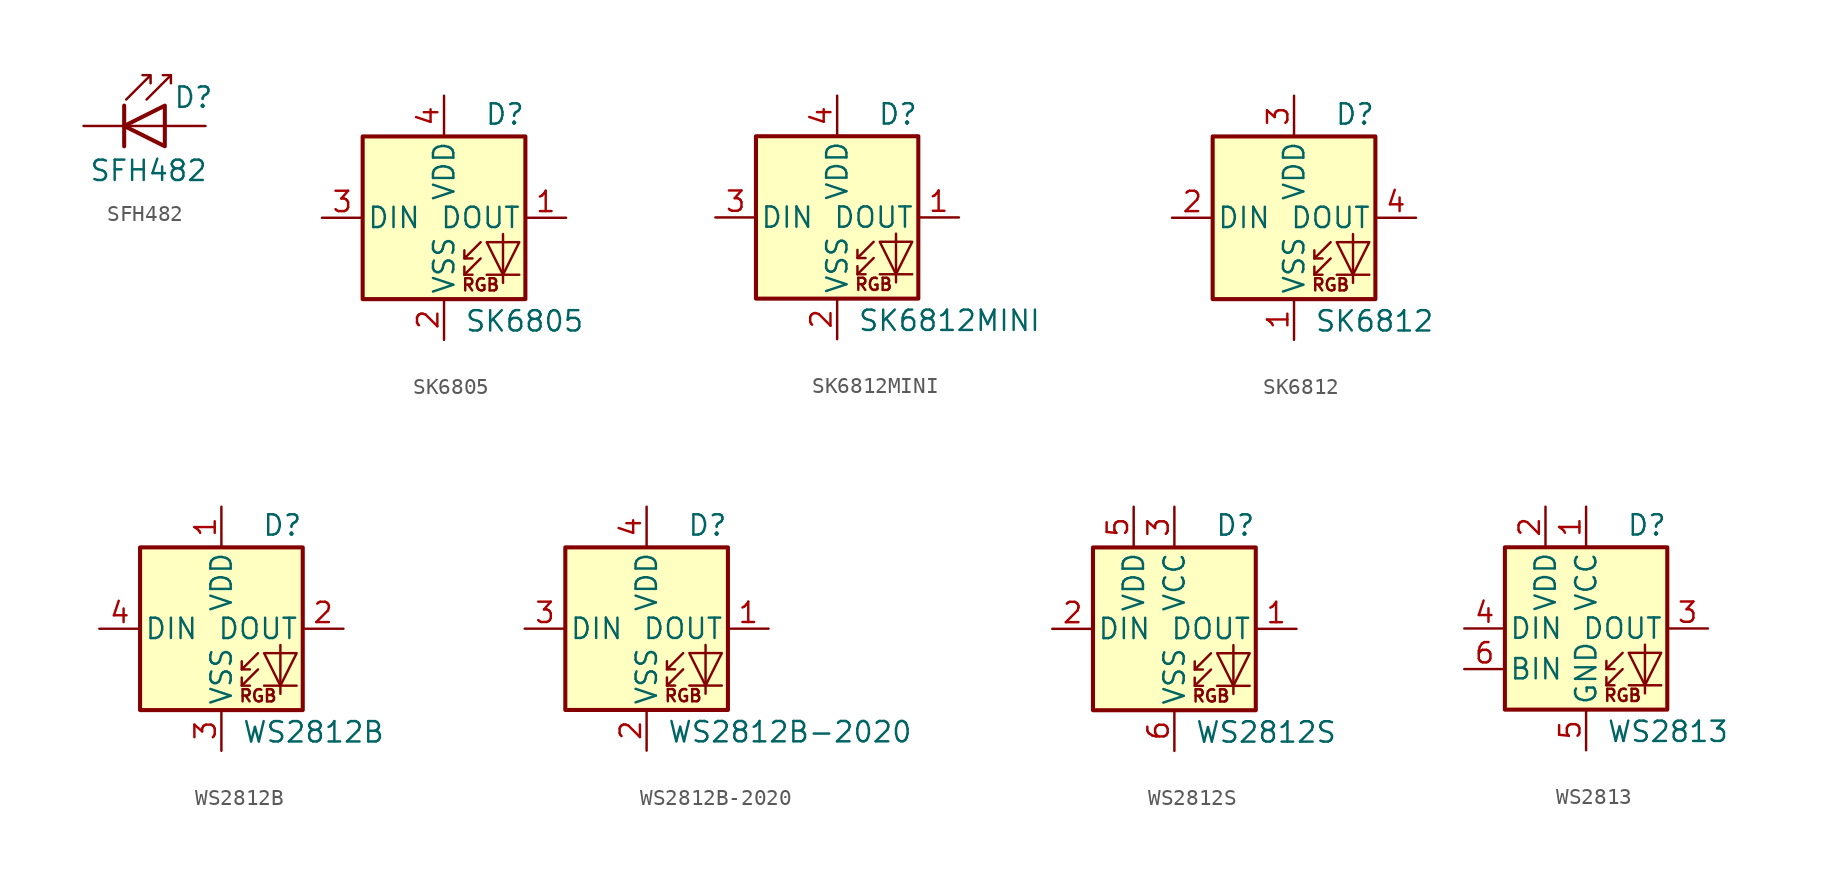
<source format=kicad_sym>
(kicad_symbol_lib
  (version 20231120)
  (generator "kicad_symbol_editor")
  (generator_version "8.0")
  (symbol "SFH482"
    (pin_numbers hide)
    (pin_names
      (offset 1.016) hide)
    (property "Reference" "D"
      (at 0.508 1.778 0)
      (effects (font (size 1.27 1.27)) (justify left)))
    (property "Value" "SFH482"
      (at -1.016 -2.794 0)
      (effects (font (size 1.27 1.27))))
    (symbol "SFH482_0_1"
      (polyline (pts (xy -2.54 1.27) (xy -2.54 -1.27)) (stroke (width 0.254) (type default)) (fill (type none)))
      (polyline (pts (xy 0 0) (xy -2.54 0)) (stroke (width 0) (type default)) (fill (type none)))
      (polyline (pts (xy 0.381 3.175) (xy -0.127 3.175)) (stroke (width 0) (type default)) (fill (type none)))
      (polyline (pts (xy -1.143 1.651) (xy 0.381 3.175) (xy 0.381 2.667)) (stroke (width 0) (type default)) (fill (type none)))
      (polyline (pts (xy 0 1.27) (xy 0 -1.27) (xy -2.54 0) (xy 0 1.27)) (stroke (width 0.254) (type default)) (fill (type none)))
      (polyline (pts (xy -2.413 1.651) (xy -0.889 3.175) (xy -0.889 2.667) (xy -0.889 3.175) (xy -1.397 3.175)) (stroke (width 0) (type default)) (fill (type none))))
    (symbol "SFH482_1_1"
      (pin passive line (at -5.08 0 0) (length 2.54) (name "K" (effects (font (size 1.27 1.27)))) (number "1" (effects (font (size 1.27 1.27)))))
      (pin passive line (at 2.54 0 180) (length 2.54) (name "A" (effects (font (size 1.27 1.27)))) (number "2" (effects (font (size 1.27 1.27)))))))
  (symbol "SK6805"
    (pin_names
      (offset 0.254))
    (property "Reference" "D"
      (at 5.08 5.715 0)
      (effects (font (size 1.27 1.27)) (justify right bottom)))
    (property "Value" "SK6805"
      (at 1.27 -5.715 0)
      (effects (font (size 1.27 1.27)) (justify left top)))
    (symbol "SK6805_0_0"
      (text "RGB" (at 2.286 -4.191 0) (effects (font (size 0.762 0.762)))))
    (symbol "SK6805_0_1"
      (polyline (pts (xy 1.27 -3.556) (xy 1.778 -3.556)) (stroke (width 0) (type default)) (fill (type none)))
      (polyline (pts (xy 1.27 -2.54) (xy 1.778 -2.54)) (stroke (width 0) (type default)) (fill (type none)))
      (polyline (pts (xy 4.699 -3.556) (xy 2.667 -3.556)) (stroke (width 0) (type default)) (fill (type none)))
      (polyline (pts (xy 2.286 -2.54) (xy 1.27 -3.556) (xy 1.27 -3.048)) (stroke (width 0) (type default)) (fill (type none)))
      (polyline (pts (xy 2.286 -1.524) (xy 1.27 -2.54) (xy 1.27 -2.032)) (stroke (width 0) (type default)) (fill (type none)))
      (polyline (pts (xy 3.683 -1.016) (xy 3.683 -3.556) (xy 3.683 -4.064)) (stroke (width 0) (type default)) (fill (type none)))
      (polyline (pts (xy 4.699 -1.524) (xy 2.667 -1.524) (xy 3.683 -3.556) (xy 4.699 -1.524)) (stroke (width 0) (type default)) (fill (type none)))
      (rectangle (start 5.08 5.08) (end -5.08 -5.08) (stroke (width 0.254) (type default)) (fill (type background))))
    (symbol "SK6805_1_1"
      (pin output line (at 7.62 0 180) (length 2.54) (name "DOUT" (effects (font (size 1.27 1.27)))) (number "1" (effects (font (size 1.27 1.27)))))
      (pin power_in line (at 0 -7.62 90) (length 2.54) (name "VSS" (effects (font (size 1.27 1.27)))) (number "2" (effects (font (size 1.27 1.27)))))
      (pin input line (at -7.62 0 0) (length 2.54) (name "DIN" (effects (font (size 1.27 1.27)))) (number "3" (effects (font (size 1.27 1.27)))))
      (pin power_in line (at 0 7.62 270) (length 2.54) (name "VDD" (effects (font (size 1.27 1.27)))) (number "4" (effects (font (size 1.27 1.27)))))))
  (symbol "SK6812MINI"
    (pin_names
      (offset 0.254))
    (property "Reference" "D"
      (at 5.08 5.715 0)
      (effects (font (size 1.27 1.27)) (justify right bottom)))
    (property "Value" "SK6812MINI"
      (at 1.27 -5.715 0)
      (effects (font (size 1.27 1.27)) (justify left top)))
    (symbol "SK6812MINI_0_0"
      (text "RGB" (at 2.286 -4.191 0) (effects (font (size 0.762 0.762)))))
    (symbol "SK6812MINI_0_1"
      (polyline (pts (xy 1.27 -3.556) (xy 1.778 -3.556)) (stroke (width 0) (type default)) (fill (type none)))
      (polyline (pts (xy 1.27 -2.54) (xy 1.778 -2.54)) (stroke (width 0) (type default)) (fill (type none)))
      (polyline (pts (xy 4.699 -3.556) (xy 2.667 -3.556)) (stroke (width 0) (type default)) (fill (type none)))
      (polyline (pts (xy 2.286 -2.54) (xy 1.27 -3.556) (xy 1.27 -3.048)) (stroke (width 0) (type default)) (fill (type none)))
      (polyline (pts (xy 2.286 -1.524) (xy 1.27 -2.54) (xy 1.27 -2.032)) (stroke (width 0) (type default)) (fill (type none)))
      (polyline (pts (xy 3.683 -1.016) (xy 3.683 -3.556) (xy 3.683 -4.064)) (stroke (width 0) (type default)) (fill (type none)))
      (polyline (pts (xy 4.699 -1.524) (xy 2.667 -1.524) (xy 3.683 -3.556) (xy 4.699 -1.524)) (stroke (width 0) (type default)) (fill (type none)))
      (rectangle (start 5.08 5.08) (end -5.08 -5.08) (stroke (width 0.254) (type default)) (fill (type background))))
    (symbol "SK6812MINI_1_1"
      (pin output line (at 7.62 0 180) (length 2.54) (name "DOUT" (effects (font (size 1.27 1.27)))) (number "1" (effects (font (size 1.27 1.27)))))
      (pin power_in line (at 0 -7.62 90) (length 2.54) (name "VSS" (effects (font (size 1.27 1.27)))) (number "2" (effects (font (size 1.27 1.27)))))
      (pin input line (at -7.62 0 0) (length 2.54) (name "DIN" (effects (font (size 1.27 1.27)))) (number "3" (effects (font (size 1.27 1.27)))))
      (pin power_in line (at 0 7.62 270) (length 2.54) (name "VDD" (effects (font (size 1.27 1.27)))) (number "4" (effects (font (size 1.27 1.27)))))))
  (symbol "SK6812"
    (pin_names
      (offset 0.254))
    (property "Reference" "D"
      (at 5.08 5.715 0)
      (effects (font (size 1.27 1.27)) (justify right bottom)))
    (property "Value" "SK6812"
      (at 1.27 -5.715 0)
      (effects (font (size 1.27 1.27)) (justify left top)))
    (symbol "SK6812_0_0"
      (text "RGB" (at 2.286 -4.191 0) (effects (font (size 0.762 0.762)))))
    (symbol "SK6812_0_1"
      (polyline (pts (xy 1.27 -3.556) (xy 1.778 -3.556)) (stroke (width 0) (type default)) (fill (type none)))
      (polyline (pts (xy 1.27 -2.54) (xy 1.778 -2.54)) (stroke (width 0) (type default)) (fill (type none)))
      (polyline (pts (xy 4.699 -3.556) (xy 2.667 -3.556)) (stroke (width 0) (type default)) (fill (type none)))
      (polyline (pts (xy 2.286 -2.54) (xy 1.27 -3.556) (xy 1.27 -3.048)) (stroke (width 0) (type default)) (fill (type none)))
      (polyline (pts (xy 2.286 -1.524) (xy 1.27 -2.54) (xy 1.27 -2.032)) (stroke (width 0) (type default)) (fill (type none)))
      (polyline (pts (xy 3.683 -1.016) (xy 3.683 -3.556) (xy 3.683 -4.064)) (stroke (width 0) (type default)) (fill (type none)))
      (polyline (pts (xy 4.699 -1.524) (xy 2.667 -1.524) (xy 3.683 -3.556) (xy 4.699 -1.524)) (stroke (width 0) (type default)) (fill (type none)))
      (rectangle (start 5.08 5.08) (end -5.08 -5.08) (stroke (width 0.254) (type default)) (fill (type background))))
    (symbol "SK6812_1_1"
      (pin power_in line (at 0 -7.62 90) (length 2.54) (name "VSS" (effects (font (size 1.27 1.27)))) (number "1" (effects (font (size 1.27 1.27)))))
      (pin input line (at -7.62 0 0) (length 2.54) (name "DIN" (effects (font (size 1.27 1.27)))) (number "2" (effects (font (size 1.27 1.27)))))
      (pin power_in line (at 0 7.62 270) (length 2.54) (name "VDD" (effects (font (size 1.27 1.27)))) (number "3" (effects (font (size 1.27 1.27)))))
      (pin output line (at 7.62 0 180) (length 2.54) (name "DOUT" (effects (font (size 1.27 1.27)))) (number "4" (effects (font (size 1.27 1.27)))))))
  (symbol "WS2812B"
    (pin_names
      (offset 0.254))
    (property "Reference" "D"
      (at 5.08 5.715 0)
      (effects (font (size 1.27 1.27)) (justify right bottom)))
    (property "Value" "WS2812B"
      (at 1.27 -5.715 0)
      (effects (font (size 1.27 1.27)) (justify left top)))
    (symbol "WS2812B_0_0"
      (text "RGB" (at 2.286 -4.191 0) (effects (font (size 0.762 0.762)))))
    (symbol "WS2812B_0_1"
      (polyline (pts (xy 1.27 -3.556) (xy 1.778 -3.556)) (stroke (width 0) (type default)) (fill (type none)))
      (polyline (pts (xy 1.27 -2.54) (xy 1.778 -2.54)) (stroke (width 0) (type default)) (fill (type none)))
      (polyline (pts (xy 4.699 -3.556) (xy 2.667 -3.556)) (stroke (width 0) (type default)) (fill (type none)))
      (polyline (pts (xy 2.286 -2.54) (xy 1.27 -3.556) (xy 1.27 -3.048)) (stroke (width 0) (type default)) (fill (type none)))
      (polyline (pts (xy 2.286 -1.524) (xy 1.27 -2.54) (xy 1.27 -2.032)) (stroke (width 0) (type default)) (fill (type none)))
      (polyline (pts (xy 3.683 -1.016) (xy 3.683 -3.556) (xy 3.683 -4.064)) (stroke (width 0) (type default)) (fill (type none)))
      (polyline (pts (xy 4.699 -1.524) (xy 2.667 -1.524) (xy 3.683 -3.556) (xy 4.699 -1.524)) (stroke (width 0) (type default)) (fill (type none)))
      (rectangle (start 5.08 5.08) (end -5.08 -5.08) (stroke (width 0.254) (type default)) (fill (type background))))
    (symbol "WS2812B_1_1"
      (pin power_in line (at 0 7.62 270) (length 2.54) (name "VDD" (effects (font (size 1.27 1.27)))) (number "1" (effects (font (size 1.27 1.27)))))
      (pin output line (at 7.62 0 180) (length 2.54) (name "DOUT" (effects (font (size 1.27 1.27)))) (number "2" (effects (font (size 1.27 1.27)))))
      (pin power_in line (at 0 -7.62 90) (length 2.54) (name "VSS" (effects (font (size 1.27 1.27)))) (number "3" (effects (font (size 1.27 1.27)))))
      (pin input line (at -7.62 0 0) (length 2.54) (name "DIN" (effects (font (size 1.27 1.27)))) (number "4" (effects (font (size 1.27 1.27)))))))
  (symbol "WS2812B-2020"
    (pin_names
      (offset 0.254))
    (property "Reference" "D"
      (at 5.08 5.715 0)
      (effects (font (size 1.27 1.27)) (justify right bottom)))
    (property "Value" "WS2812B-2020"
      (at 1.27 -5.715 0)
      (effects (font (size 1.27 1.27)) (justify left top)))
    (symbol "WS2812B-2020_0_0"
      (text "RGB" (at 2.286 -4.191 0) (effects (font (size 0.762 0.762)))))
    (symbol "WS2812B-2020_0_1"
      (polyline (pts (xy 1.27 -3.556) (xy 1.778 -3.556)) (stroke (width 0) (type default)) (fill (type none)))
      (polyline (pts (xy 1.27 -2.54) (xy 1.778 -2.54)) (stroke (width 0) (type default)) (fill (type none)))
      (polyline (pts (xy 4.699 -3.556) (xy 2.667 -3.556)) (stroke (width 0) (type default)) (fill (type none)))
      (polyline (pts (xy 2.286 -2.54) (xy 1.27 -3.556) (xy 1.27 -3.048)) (stroke (width 0) (type default)) (fill (type none)))
      (polyline (pts (xy 2.286 -1.524) (xy 1.27 -2.54) (xy 1.27 -2.032)) (stroke (width 0) (type default)) (fill (type none)))
      (polyline (pts (xy 3.683 -1.016) (xy 3.683 -3.556) (xy 3.683 -4.064)) (stroke (width 0) (type default)) (fill (type none)))
      (polyline (pts (xy 4.699 -1.524) (xy 2.667 -1.524) (xy 3.683 -3.556) (xy 4.699 -1.524)) (stroke (width 0) (type default)) (fill (type none)))
      (rectangle (start 5.08 5.08) (end -5.08 -5.08) (stroke (width 0.254) (type default)) (fill (type background))))
    (symbol "WS2812B-2020_1_1"
      (pin output line (at 7.62 0 180) (length 2.54) (name "DOUT" (effects (font (size 1.27 1.27)))) (number "1" (effects (font (size 1.27 1.27)))))
      (pin power_in line (at 0 -7.62 90) (length 2.54) (name "VSS" (effects (font (size 1.27 1.27)))) (number "2" (effects (font (size 1.27 1.27)))))
      (pin input line (at -7.62 0 0) (length 2.54) (name "DIN" (effects (font (size 1.27 1.27)))) (number "3" (effects (font (size 1.27 1.27)))))
      (pin power_in line (at 0 7.62 270) (length 2.54) (name "VDD" (effects (font (size 1.27 1.27)))) (number "4" (effects (font (size 1.27 1.27)))))))
  (symbol "WS2812S"
    (pin_names
      (offset 0.254))
    (property "Reference" "D"
      (at 5.08 5.715 0)
      (effects (font (size 1.27 1.27)) (justify right bottom)))
    (property "Value" "WS2812S"
      (at 1.27 -5.715 0)
      (effects (font (size 1.27 1.27)) (justify left top)))
    (symbol "WS2812S_0_0"
      (text "RGB" (at 2.286 -4.191 0) (effects (font (size 0.762 0.762)))))
    (symbol "WS2812S_0_1"
      (polyline (pts (xy 1.27 -3.556) (xy 1.778 -3.556)) (stroke (width 0) (type default)) (fill (type none)))
      (polyline (pts (xy 1.27 -2.54) (xy 1.778 -2.54)) (stroke (width 0) (type default)) (fill (type none)))
      (polyline (pts (xy 4.699 -3.556) (xy 2.667 -3.556)) (stroke (width 0) (type default)) (fill (type none)))
      (polyline (pts (xy 2.286 -2.54) (xy 1.27 -3.556) (xy 1.27 -3.048)) (stroke (width 0) (type default)) (fill (type none)))
      (polyline (pts (xy 2.286 -1.524) (xy 1.27 -2.54) (xy 1.27 -2.032)) (stroke (width 0) (type default)) (fill (type none)))
      (polyline (pts (xy 3.683 -1.016) (xy 3.683 -3.556) (xy 3.683 -4.064)) (stroke (width 0) (type default)) (fill (type none)))
      (polyline (pts (xy 4.699 -1.524) (xy 2.667 -1.524) (xy 3.683 -3.556) (xy 4.699 -1.524)) (stroke (width 0) (type default)) (fill (type none)))
      (rectangle (start 5.08 5.08) (end -5.08 -5.08) (stroke (width 0.254) (type default)) (fill (type background))))
    (symbol "WS2812S_1_1"
      (pin output line (at 7.62 0 180) (length 2.54) (name "DOUT" (effects (font (size 1.27 1.27)))) (number "1" (effects (font (size 1.27 1.27)))))
      (pin input line (at -7.62 0 0) (length 2.54) (name "DIN" (effects (font (size 1.27 1.27)))) (number "2" (effects (font (size 1.27 1.27)))))
      (pin power_in line (at 0 7.62 270) (length 2.54) (name "VCC" (effects (font (size 1.27 1.27)))) (number "3" (effects (font (size 1.27 1.27)))))
      (pin no_connect line (at 5.08 2.54 180) (length 2.54) hide (name "NC" (effects (font (size 1.27 1.27)))) (number "4" (effects (font (size 1.27 1.27)))))
      (pin power_in line (at -2.54 7.62 270) (length 2.54) (name "VDD" (effects (font (size 1.27 1.27)))) (number "5" (effects (font (size 1.27 1.27)))))
      (pin power_in line (at 0 -7.62 90) (length 2.54) (name "VSS" (effects (font (size 1.27 1.27)))) (number "6" (effects (font (size 1.27 1.27)))))))
  (symbol "WS2813"
    (pin_names
      (offset 0.254))
    (property "Reference" "D"
      (at 5.08 5.715 0)
      (effects (font (size 1.27 1.27)) (justify right bottom)))
    (property "Value" "WS2813"
      (at 1.27 -5.715 0)
      (effects (font (size 1.27 1.27)) (justify left top)))
    (symbol "WS2813_0_0"
      (text "RGB" (at 2.286 -4.191 0) (effects (font (size 0.762 0.762)))))
    (symbol "WS2813_0_1"
      (polyline (pts (xy 1.27 -3.556) (xy 1.778 -3.556)) (stroke (width 0) (type default)) (fill (type none)))
      (polyline (pts (xy 1.27 -2.54) (xy 1.778 -2.54)) (stroke (width 0) (type default)) (fill (type none)))
      (polyline (pts (xy 4.699 -3.556) (xy 2.667 -3.556)) (stroke (width 0) (type default)) (fill (type none)))
      (polyline (pts (xy 2.286 -2.54) (xy 1.27 -3.556) (xy 1.27 -3.048)) (stroke (width 0) (type default)) (fill (type none)))
      (polyline (pts (xy 2.286 -1.524) (xy 1.27 -2.54) (xy 1.27 -2.032)) (stroke (width 0) (type default)) (fill (type none)))
      (polyline (pts (xy 3.683 -1.016) (xy 3.683 -3.556) (xy 3.683 -4.064)) (stroke (width 0) (type default)) (fill (type none)))
      (polyline (pts (xy 4.699 -1.524) (xy 2.667 -1.524) (xy 3.683 -3.556) (xy 4.699 -1.524)) (stroke (width 0) (type default)) (fill (type none)))
      (rectangle (start 5.08 5.08) (end -5.08 -5.08) (stroke (width 0.254) (type default)) (fill (type background))))
    (symbol "WS2813_1_1"
      (pin power_in line (at 0 7.62 270) (length 2.54) (name "VCC" (effects (font (size 1.27 1.27)))) (number "1" (effects (font (size 1.27 1.27)))))
      (pin power_in line (at -2.54 7.62 270) (length 2.54) (name "VDD" (effects (font (size 1.27 1.27)))) (number "2" (effects (font (size 1.27 1.27)))))
      (pin output line (at 7.62 0 180) (length 2.54) (name "DOUT" (effects (font (size 1.27 1.27)))) (number "3" (effects (font (size 1.27 1.27)))))
      (pin input line (at -7.62 0 0) (length 2.54) (name "DIN" (effects (font (size 1.27 1.27)))) (number "4" (effects (font (size 1.27 1.27)))))
      (pin power_in line (at 0 -7.62 90) (length 2.54) (name "GND" (effects (font (size 1.27 1.27)))) (number "5" (effects (font (size 1.27 1.27)))))
      (pin input line (at -7.62 -2.54 0) (length 2.54) (name "BIN" (effects (font (size 1.27 1.27)))) (number "6" (effects (font (size 1.27 1.27))))))))
</source>
